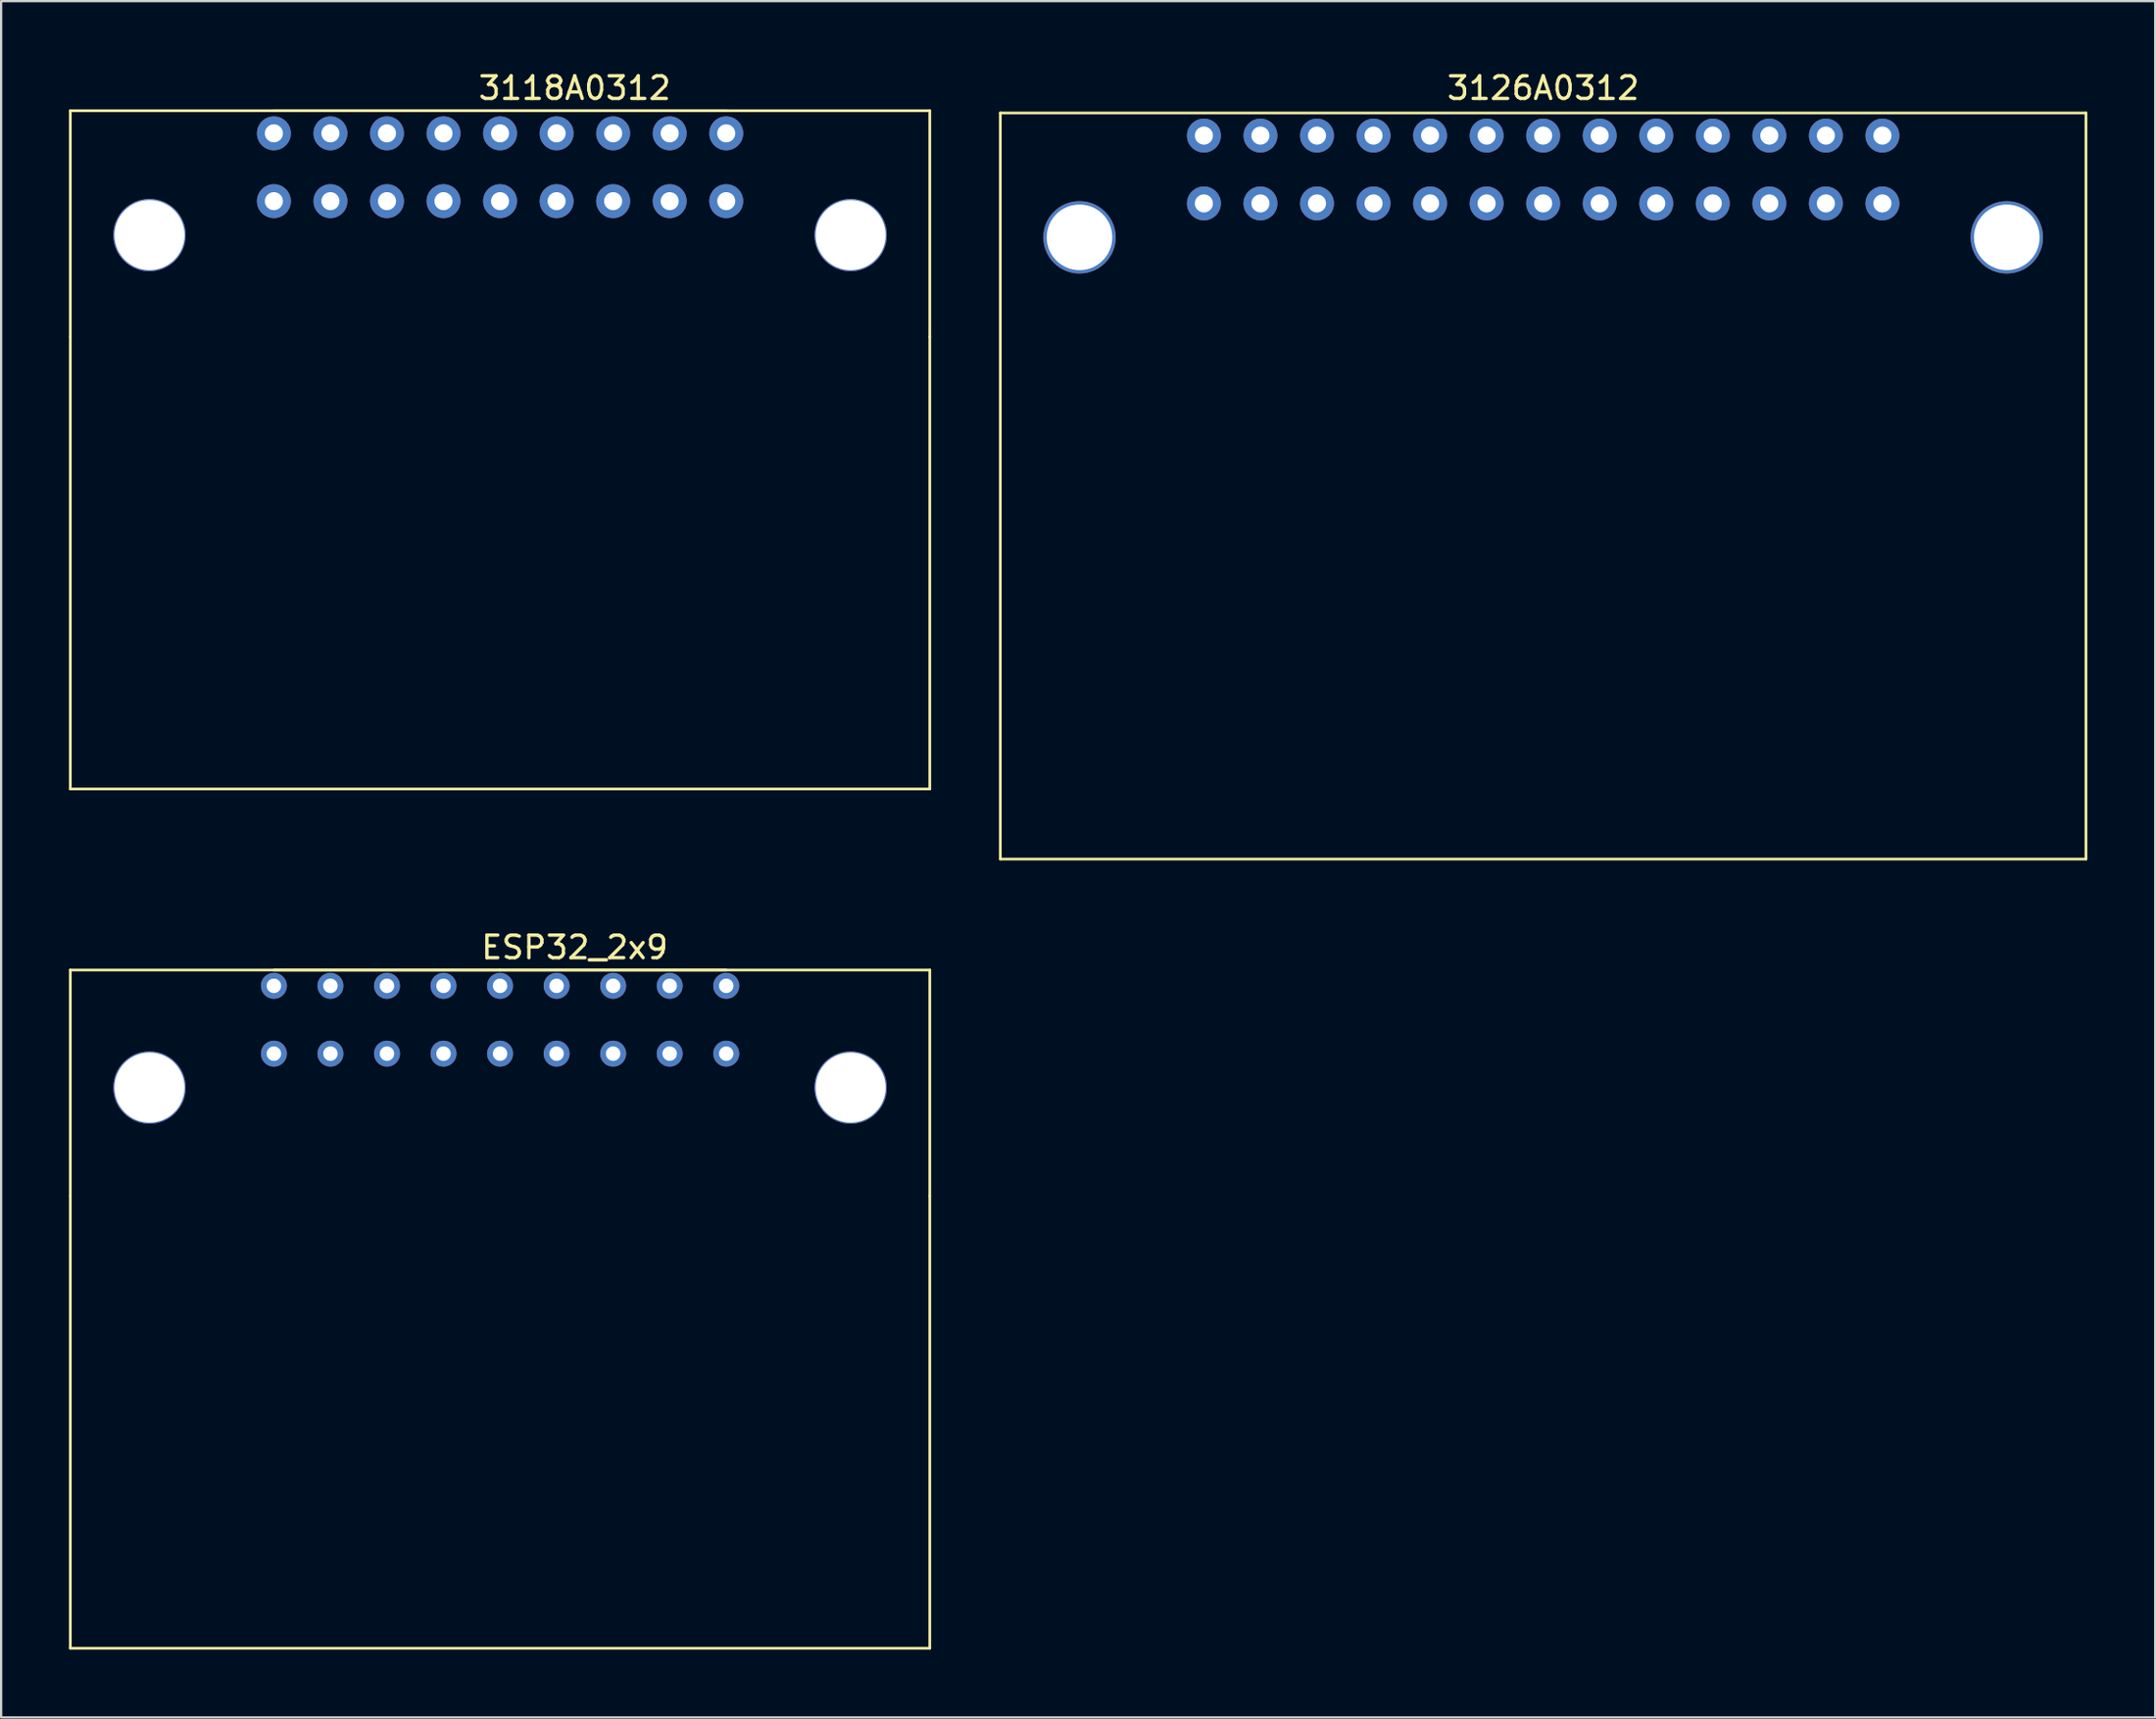
<source format=kicad_pcb>
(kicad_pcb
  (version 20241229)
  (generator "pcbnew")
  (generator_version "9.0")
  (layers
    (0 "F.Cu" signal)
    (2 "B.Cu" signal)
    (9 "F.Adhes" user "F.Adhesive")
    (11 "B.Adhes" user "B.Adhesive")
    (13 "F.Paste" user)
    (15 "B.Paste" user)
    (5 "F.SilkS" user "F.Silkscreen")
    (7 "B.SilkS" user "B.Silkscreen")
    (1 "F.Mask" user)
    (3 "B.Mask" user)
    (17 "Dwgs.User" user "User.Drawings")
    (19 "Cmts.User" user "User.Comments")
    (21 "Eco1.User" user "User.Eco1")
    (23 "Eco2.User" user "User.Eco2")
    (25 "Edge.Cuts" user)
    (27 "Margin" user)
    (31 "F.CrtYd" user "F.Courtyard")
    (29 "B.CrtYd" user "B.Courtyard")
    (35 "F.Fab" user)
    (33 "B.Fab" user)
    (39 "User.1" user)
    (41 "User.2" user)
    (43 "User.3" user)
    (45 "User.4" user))
  (footprint "3126A0312"
    (layer "F.Cu")
    (at 65.18 2.948)
    (property "Reference" "3126A0312" (at 0 -2.1 0) (layer "F.SilkS") (effects (font (size 1 1) (thickness 0.15))))
    (attr through_hole)
    (fp_line (start -24 -1) (end 24 -1) (stroke (width 0.12) (type solid)) (layer "F.SilkS"))
    (fp_line (start -24 32) (end -24 -1) (stroke (width 0.12) (type solid)) (layer "F.SilkS"))
    (fp_line (start 24 -1) (end 24 32) (stroke (width 0.12) (type solid)) (layer "F.SilkS"))
    (fp_line (start 24 32) (end -24 32) (stroke (width 0.12) (type solid)) (layer "F.SilkS"))
    (pad "" np_thru_hole circle (at -20.5 4.5) (size 3.2 3.2) (drill 2.9) (layers "*.Cu" "*.Mask"))
    (pad "" np_thru_hole circle (at 20.5 4.5) (size 3.2 3.2) (drill 2.9) (layers "*.Cu" "*.Mask"))
    (pad "1" thru_hole circle (at 15 3) (size 1.5 1.5) (drill 0.8) (layers "*.Cu" "*.Mask"))
    (pad "2" thru_hole circle (at 12.5 3) (size 1.5 1.5) (drill 0.8) (layers "*.Cu" "*.Mask"))
    (pad "3" thru_hole circle (at 10 3) (size 1.5 1.5) (drill 0.8) (layers "*.Cu" "*.Mask"))
    (pad "4" thru_hole circle (at 7.5 3) (size 1.5 1.5) (drill 0.8) (layers "*.Cu" "*.Mask"))
    (pad "5" thru_hole circle (at 5 3) (size 1.5 1.5) (drill 0.8) (layers "*.Cu" "*.Mask"))
    (pad "6" thru_hole circle (at 2.5 3) (size 1.5 1.5) (drill 0.8) (layers "*.Cu" "*.Mask"))
    (pad "7" thru_hole circle (at 0 3) (size 1.5 1.5) (drill 0.8) (layers "*.Cu" "*.Mask"))
    (pad "8" thru_hole circle (at -2.5 3) (size 1.5 1.5) (drill 0.8) (layers "*.Cu" "*.Mask"))
    (pad "9" thru_hole circle (at -5 3) (size 1.5 1.5) (drill 0.8) (layers "*.Cu" "*.Mask"))
    (pad "10" thru_hole circle (at -7.5 3) (size 1.5 1.5) (drill 0.8) (layers "*.Cu" "*.Mask"))
    (pad "11" thru_hole circle (at -10 3) (size 1.5 1.5) (drill 0.8) (layers "*.Cu" "*.Mask"))
    (pad "12" thru_hole circle (at -12.5 3) (size 1.5 1.5) (drill 0.8) (layers "*.Cu" "*.Mask"))
    (pad "13" thru_hole circle (at -15 3) (size 1.5 1.5) (drill 0.8) (layers "*.Cu" "*.Mask"))
    (pad "14" thru_hole circle (at 15 0) (size 1.5 1.5) (drill 0.8) (layers "*.Cu" "*.Mask"))
    (pad "15" thru_hole circle (at 12.5 0) (size 1.5 1.5) (drill 0.8) (layers "*.Cu" "*.Mask"))
    (pad "16" thru_hole circle (at 10 0) (size 1.5 1.5) (drill 0.8) (layers "*.Cu" "*.Mask"))
    (pad "17" thru_hole circle (at 7.5 0) (size 1.5 1.5) (drill 0.8) (layers "*.Cu" "*.Mask"))
    (pad "18" thru_hole circle (at 5 0) (size 1.5 1.5) (drill 0.8) (layers "*.Cu" "*.Mask"))
    (pad "19" thru_hole circle (at 2.5 0) (size 1.5 1.5) (drill 0.8) (layers "*.Cu" "*.Mask"))
    (pad "20" thru_hole circle (at 0 0) (size 1.5 1.5) (drill 0.8) (layers "*.Cu" "*.Mask"))
    (pad "21" thru_hole circle (at -2.5 0) (size 1.5 1.5) (drill 0.8) (layers "*.Cu" "*.Mask"))
    (pad "22" thru_hole circle (at -5 0) (size 1.5 1.5) (drill 0.8) (layers "*.Cu" "*.Mask"))
    (pad "23" thru_hole circle (at -7.5 0) (size 1.5 1.5) (drill 0.8) (layers "*.Cu" "*.Mask"))
    (pad "24" thru_hole circle (at -10 0) (size 1.5 1.5) (drill 0.8) (layers "*.Cu" "*.Mask"))
    (pad "25" thru_hole circle (at -12.5 0) (size 1.5 1.5) (drill 0.8) (layers "*.Cu" "*.Mask"))
    (pad "26" thru_hole circle (at -15 0) (size 1.5 1.5) (drill 0.8) (layers "*.Cu" "*.Mask")))
  (footprint "3118A0312"
    (layer "F.Cu")
    (at 19.06 1.848)
    (property "Reference" "3118A0312" (at 3.3 -1 0) (layer "F.SilkS") (effects (font (size 1 1) (thickness 0.15))))
    (attr through_hole)
    (fp_line (start -19 0) (end -19 10) (stroke (width 0.12) (type solid)) (layer "F.SilkS"))
    (fp_line (start -19 10) (end -19 30) (stroke (width 0.12) (type solid)) (layer "F.SilkS"))
    (fp_line (start -19 30) (end 19 30) (stroke (width 0.12) (type solid)) (layer "F.SilkS"))
    (fp_line (start -10 0) (end 10 0) (stroke (width 0.12) (type solid)) (layer "F.SilkS"))
    (fp_line (start 0 0) (end -19 0) (stroke (width 0.12) (type solid)) (layer "F.SilkS"))
    (fp_line (start 19 0) (end 0 0) (stroke (width 0.12) (type solid)) (layer "F.SilkS"))
    (fp_line (start 19 10) (end 19 0) (stroke (width 0.12) (type solid)) (layer "F.SilkS"))
    (fp_line (start 19 30) (end 19 10) (stroke (width 0.12) (type solid)) (layer "F.SilkS"))
    (pad "" np_thru_hole circle (at -15.5 5.5) (size 3.2 3.2) (drill 3.1) (layers "*.Cu" "*.Mask"))
    (pad "" np_thru_hole circle (at 15.5 5.5) (size 3.2 3.2) (drill 3.1) (layers "*.Cu" "*.Mask"))
    (pad "1" thru_hole circle (at 10 4) (size 1.5 1.5) (drill 0.8) (layers "*.Cu" "*.Mask"))
    (pad "2" thru_hole circle (at 7.5 4) (size 1.5 1.5) (drill 0.8) (layers "*.Cu" "*.Mask"))
    (pad "3" thru_hole circle (at 5 4) (size 1.5 1.5) (drill 0.8) (layers "*.Cu" "*.Mask"))
    (pad "4" thru_hole circle (at 2.5 4) (size 1.5 1.5) (drill 0.8) (layers "*.Cu" "*.Mask"))
    (pad "5" thru_hole circle (at 0 4) (size 1.5 1.5) (drill 0.8) (layers "*.Cu" "*.Mask"))
    (pad "6" thru_hole circle (at -2.5 4) (size 1.5 1.5) (drill 0.8) (layers "*.Cu" "*.Mask"))
    (pad "7" thru_hole circle (at -5 4 90) (size 1.5 1.5) (drill 0.8) (layers "*.Cu" "*.Mask"))
    (pad "8" thru_hole circle (at -7.5 4) (size 1.5 1.5) (drill 0.8) (layers "*.Cu" "*.Mask"))
    (pad "9" thru_hole circle (at -10 4) (size 1.5 1.5) (drill 0.8) (layers "*.Cu" "*.Mask"))
    (pad "10" thru_hole circle (at 10 1) (size 1.5 1.5) (drill 0.8) (layers "*.Cu" "*.Mask"))
    (pad "11" thru_hole circle (at 7.5 1) (size 1.5 1.5) (drill 0.8) (layers "*.Cu" "*.Mask"))
    (pad "12" thru_hole circle (at 5 1) (size 1.5 1.5) (drill 0.8) (layers "*.Cu" "*.Mask"))
    (pad "13" thru_hole circle (at 2.5 1) (size 1.5 1.5) (drill 0.8) (layers "*.Cu" "*.Mask"))
    (pad "14" thru_hole circle (at 0 1) (size 1.5 1.5) (drill 0.8) (layers "*.Cu" "*.Mask"))
    (pad "15" thru_hole circle (at -2.5 1) (size 1.5 1.5) (drill 0.8) (layers "*.Cu" "*.Mask"))
    (pad "16" thru_hole circle (at -5 1) (size 1.5 1.5) (drill 0.8) (layers "*.Cu" "*.Mask"))
    (pad "17" thru_hole circle (at -7.5 1) (size 1.5 1.5) (drill 0.8) (layers "*.Cu" "*.Mask"))
    (pad "18" thru_hole circle (at -10 1) (size 1.5 1.5) (drill 0.8) (layers "*.Cu" "*.Mask")))
  (footprint "ESP32_2x9"
    (layer "F.Cu")
    (at 19.06 39.856)
    (property "Reference" "ESP32_2x9" (at 3.3 -1 0) (layer "F.SilkS") (effects (font (size 1 1) (thickness 0.15))))
    (attr through_hole)
    (fp_line (start -19 0) (end -19 10) (stroke (width 0.12) (type solid)) (layer "F.SilkS"))
    (fp_line (start -19 10) (end -19 30) (stroke (width 0.12) (type solid)) (layer "F.SilkS"))
    (fp_line (start -19 30) (end 19 30) (stroke (width 0.12) (type solid)) (layer "F.SilkS"))
    (fp_line (start -10 0) (end 10 0) (stroke (width 0.12) (type solid)) (layer "F.SilkS"))
    (fp_line (start 0 0) (end -19 0) (stroke (width 0.12) (type solid)) (layer "F.SilkS"))
    (fp_line (start 19 0) (end 0 0) (stroke (width 0.12) (type solid)) (layer "F.SilkS"))
    (fp_line (start 19 10) (end 19 0) (stroke (width 0.12) (type solid)) (layer "F.SilkS"))
    (fp_line (start 19 30) (end 19 10) (stroke (width 0.12) (type solid)) (layer "F.SilkS"))
    (pad "" np_thru_hole circle (at -15.5 5.2) (size 3.2 3.2) (drill 3.1) (layers "*.Cu" "*.Mask"))
    (pad "" np_thru_hole circle (at 15.5 5.2) (size 3.2 3.2) (drill 3.1) (layers "*.Cu" "*.Mask"))
    (pad "1" thru_hole circle (at 10 3.7) (size 1.15 1.15) (drill 0.64) (layers "*.Cu" "*.Mask"))
    (pad "2" thru_hole circle (at 7.5 3.7) (size 1.15 1.15) (drill 0.64) (layers "*.Cu" "*.Mask"))
    (pad "3" thru_hole circle (at 5 3.7) (size 1.15 1.15) (drill 0.64) (layers "*.Cu" "*.Mask"))
    (pad "4" thru_hole circle (at 2.5 3.7) (size 1.15 1.15) (drill 0.64) (layers "*.Cu" "*.Mask"))
    (pad "5" thru_hole circle (at 0 3.7) (size 1.15 1.15) (drill 0.64) (layers "*.Cu" "*.Mask"))
    (pad "6" thru_hole circle (at -2.5 3.7) (size 1.15 1.15) (drill 0.64) (layers "*.Cu" "*.Mask"))
    (pad "7" thru_hole circle (at -5 3.7 90) (size 1.15 1.15) (drill 0.64) (layers "*.Cu" "*.Mask"))
    (pad "8" thru_hole circle (at -7.5 3.7) (size 1.15 1.15) (drill 0.64) (layers "*.Cu" "*.Mask"))
    (pad "9" thru_hole circle (at -10 3.7) (size 1.15 1.15) (drill 0.64) (layers "*.Cu" "*.Mask"))
    (pad "10" thru_hole circle (at 10 0.7) (size 1.15 1.15) (drill 0.64) (layers "*.Cu" "*.Mask"))
    (pad "11" thru_hole circle (at 7.5 0.7) (size 1.15 1.15) (drill 0.64) (layers "*.Cu" "*.Mask"))
    (pad "12" thru_hole circle (at 5 0.7) (size 1.15 1.15) (drill 0.64) (layers "*.Cu" "*.Mask"))
    (pad "13" thru_hole circle (at 2.5 0.7) (size 1.15 1.15) (drill 0.64) (layers "*.Cu" "*.Mask"))
    (pad "14" thru_hole circle (at 0 0.7) (size 1.15 1.15) (drill 0.64) (layers "*.Cu" "*.Mask"))
    (pad "15" thru_hole circle (at -2.5 0.7) (size 1.15 1.15) (drill 0.64) (layers "*.Cu" "*.Mask"))
    (pad "16" thru_hole circle (at -5 0.7) (size 1.15 1.15) (drill 0.64) (layers "*.Cu" "*.Mask"))
    (pad "17" thru_hole circle (at -7.5 0.7) (size 1.15 1.15) (drill 0.64) (layers "*.Cu" "*.Mask"))
    (pad "18" thru_hole circle (at -10 0.7) (size 1.15 1.15) (drill 0.64) (layers "*.Cu" "*.Mask")))
  (gr_rect
    (start -3 -3)
    (end 92.24 72.916)
    (stroke (width 0.1) (type default))
    (fill no)
    (layer "Edge.Cuts")))
</source>
